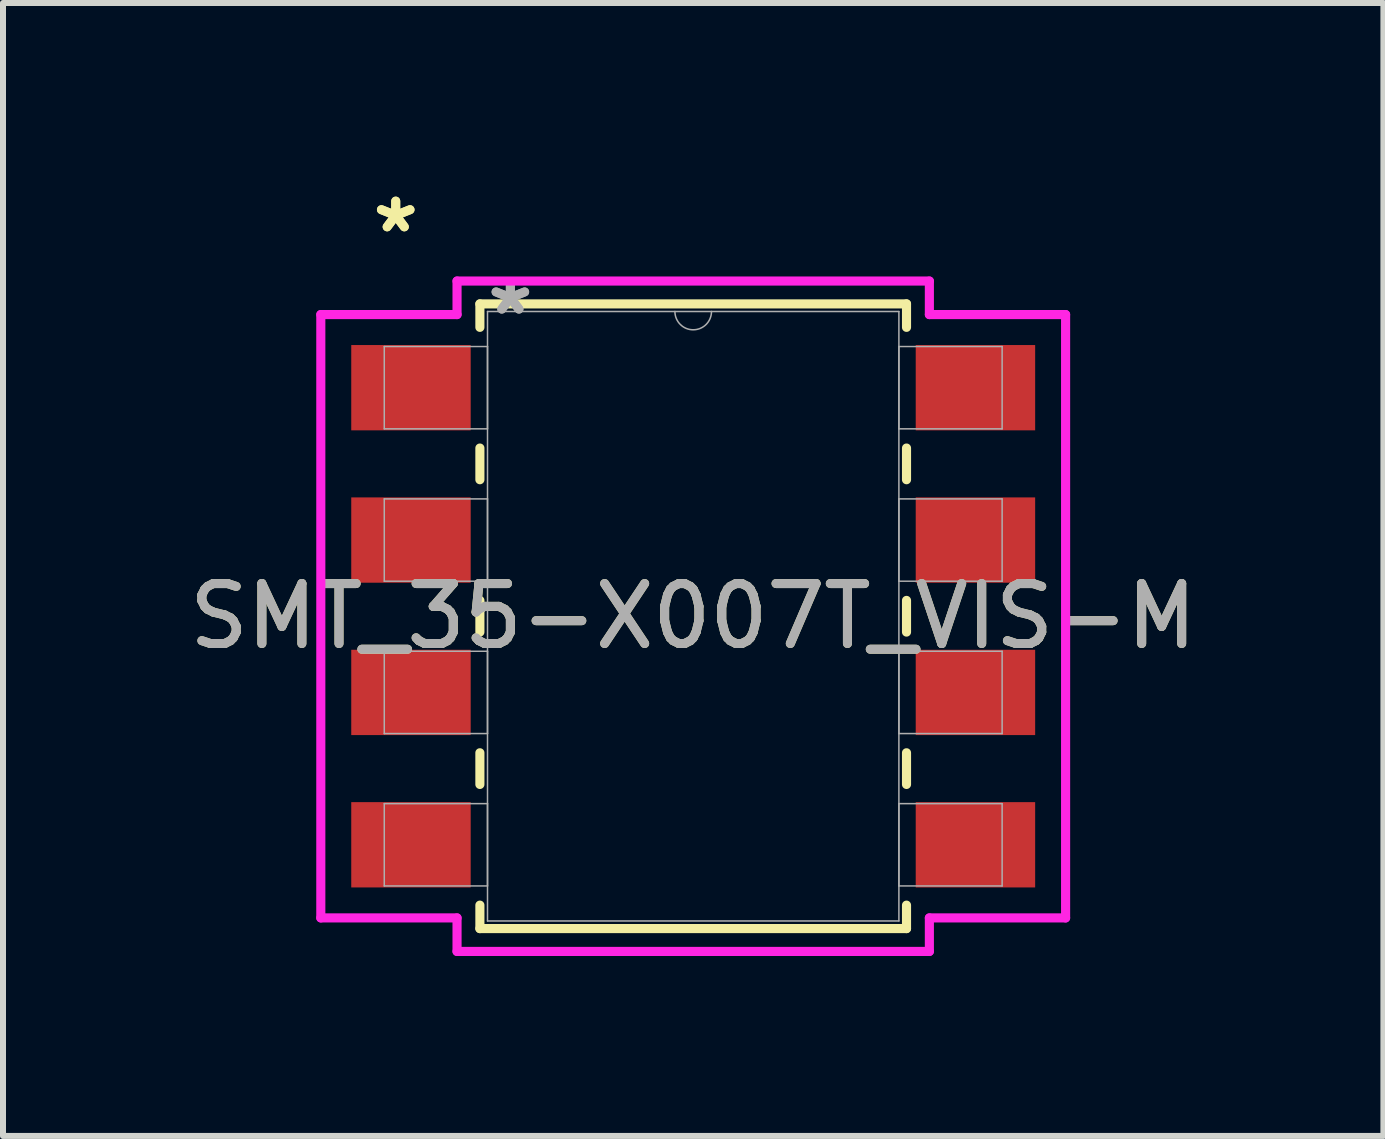
<source format=kicad_pcb>
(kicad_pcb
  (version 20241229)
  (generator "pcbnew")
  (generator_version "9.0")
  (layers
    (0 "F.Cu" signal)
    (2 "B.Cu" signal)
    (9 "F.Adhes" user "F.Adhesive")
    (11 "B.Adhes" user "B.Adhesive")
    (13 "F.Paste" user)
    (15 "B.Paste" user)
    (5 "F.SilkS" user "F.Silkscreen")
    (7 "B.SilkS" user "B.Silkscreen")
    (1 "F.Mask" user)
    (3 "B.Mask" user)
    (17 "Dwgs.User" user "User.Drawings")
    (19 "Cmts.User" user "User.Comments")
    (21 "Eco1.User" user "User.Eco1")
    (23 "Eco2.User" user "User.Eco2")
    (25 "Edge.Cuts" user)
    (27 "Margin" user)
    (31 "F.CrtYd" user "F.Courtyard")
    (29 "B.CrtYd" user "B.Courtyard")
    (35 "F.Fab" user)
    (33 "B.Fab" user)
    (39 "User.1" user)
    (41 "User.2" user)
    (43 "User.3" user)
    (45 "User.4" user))
  (footprint "SMT_35-X007T_VIS-M"
    (layer "F.Cu")
    (at 8.506 7.223)
    (property "Reference" "SMT_35-X007T_VIS-M" (at 0 0 0) (unlocked yes) (layer "F.SilkS") (effects (font (size 1 1) (thickness 0.15))))
    (attr smd)
    (fp_line (start -3.556 -5.207) (end -3.556 -4.816) (stroke (width 0.152) (type solid)) (layer "F.SilkS"))
    (fp_line (start -3.556 -2.804) (end -3.556 -2.276) (stroke (width 0.152) (type solid)) (layer "F.SilkS"))
    (fp_line (start -3.556 -0.264) (end -3.556 0.264) (stroke (width 0.152) (type solid)) (layer "F.SilkS"))
    (fp_line (start -3.556 2.276) (end -3.556 2.804) (stroke (width 0.152) (type solid)) (layer "F.SilkS"))
    (fp_line (start -3.556 4.816) (end -3.556 5.207) (stroke (width 0.152) (type solid)) (layer "F.SilkS"))
    (fp_line (start -3.556 5.207) (end 3.556 5.207) (stroke (width 0.152) (type solid)) (layer "F.SilkS"))
    (fp_line (start 3.556 -5.207) (end -3.556 -5.207) (stroke (width 0.152) (type solid)) (layer "F.SilkS"))
    (fp_line (start 3.556 -4.816) (end 3.556 -5.207) (stroke (width 0.152) (type solid)) (layer "F.SilkS"))
    (fp_line (start 3.556 -2.276) (end 3.556 -2.804) (stroke (width 0.152) (type solid)) (layer "F.SilkS"))
    (fp_line (start 3.556 0.264) (end 3.556 -0.264) (stroke (width 0.152) (type solid)) (layer "F.SilkS"))
    (fp_line (start 3.556 2.804) (end 3.556 2.276) (stroke (width 0.152) (type solid)) (layer "F.SilkS"))
    (fp_line (start 3.556 5.207) (end 3.556 4.816) (stroke (width 0.152) (type solid)) (layer "F.SilkS"))
    (fp_line (start -6.208 -5.029) (end -3.937 -5.029) (stroke (width 0.152) (type solid)) (layer "F.CrtYd"))
    (fp_line (start -6.208 5.029) (end -6.208 -5.029) (stroke (width 0.152) (type solid)) (layer "F.CrtYd"))
    (fp_line (start -6.208 5.029) (end -3.937 5.029) (stroke (width 0.152) (type solid)) (layer "F.CrtYd"))
    (fp_line (start -3.937 -5.588) (end 3.937 -5.588) (stroke (width 0.152) (type solid)) (layer "F.CrtYd"))
    (fp_line (start -3.937 -5.029) (end -3.937 -5.588) (stroke (width 0.152) (type solid)) (layer "F.CrtYd"))
    (fp_line (start -3.937 5.588) (end -3.937 5.029) (stroke (width 0.152) (type solid)) (layer "F.CrtYd"))
    (fp_line (start 3.937 -5.588) (end 3.937 -5.029) (stroke (width 0.152) (type solid)) (layer "F.CrtYd"))
    (fp_line (start 3.937 5.029) (end 3.937 5.588) (stroke (width 0.152) (type solid)) (layer "F.CrtYd"))
    (fp_line (start 3.937 5.588) (end -3.937 5.588) (stroke (width 0.152) (type solid)) (layer "F.CrtYd"))
    (fp_line (start 6.208 -5.029) (end 3.937 -5.029) (stroke (width 0.152) (type solid)) (layer "F.CrtYd"))
    (fp_line (start 6.208 -5.029) (end 6.208 5.029) (stroke (width 0.152) (type solid)) (layer "F.CrtYd"))
    (fp_line (start 6.208 5.029) (end 3.937 5.029) (stroke (width 0.152) (type solid)) (layer "F.CrtYd"))
    (fp_line (start -5.15 -4.496) (end -5.15 -3.124) (stroke (width 0.025) (type solid)) (layer "F.Fab"))
    (fp_line (start -5.15 -3.124) (end -3.429 -3.124) (stroke (width 0.025) (type solid)) (layer "F.Fab"))
    (fp_line (start -5.15 -1.956) (end -5.15 -0.584) (stroke (width 0.025) (type solid)) (layer "F.Fab"))
    (fp_line (start -5.15 -0.584) (end -3.429 -0.584) (stroke (width 0.025) (type solid)) (layer "F.Fab"))
    (fp_line (start -5.15 0.584) (end -5.15 1.956) (stroke (width 0.025) (type solid)) (layer "F.Fab"))
    (fp_line (start -5.15 1.956) (end -3.429 1.956) (stroke (width 0.025) (type solid)) (layer "F.Fab"))
    (fp_line (start -5.15 3.124) (end -5.15 4.496) (stroke (width 0.025) (type solid)) (layer "F.Fab"))
    (fp_line (start -5.15 4.496) (end -3.429 4.496) (stroke (width 0.025) (type solid)) (layer "F.Fab"))
    (fp_line (start -3.429 -5.08) (end -3.429 5.08) (stroke (width 0.025) (type solid)) (layer "F.Fab"))
    (fp_line (start -3.429 -4.496) (end -5.15 -4.496) (stroke (width 0.025) (type solid)) (layer "F.Fab"))
    (fp_line (start -3.429 -3.124) (end -3.429 -4.496) (stroke (width 0.025) (type solid)) (layer "F.Fab"))
    (fp_line (start -3.429 -1.956) (end -5.15 -1.956) (stroke (width 0.025) (type solid)) (layer "F.Fab"))
    (fp_line (start -3.429 -0.584) (end -3.429 -1.956) (stroke (width 0.025) (type solid)) (layer "F.Fab"))
    (fp_line (start -3.429 0.584) (end -5.15 0.584) (stroke (width 0.025) (type solid)) (layer "F.Fab"))
    (fp_line (start -3.429 1.956) (end -3.429 0.584) (stroke (width 0.025) (type solid)) (layer "F.Fab"))
    (fp_line (start -3.429 3.124) (end -5.15 3.124) (stroke (width 0.025) (type solid)) (layer "F.Fab"))
    (fp_line (start -3.429 4.496) (end -3.429 3.124) (stroke (width 0.025) (type solid)) (layer "F.Fab"))
    (fp_line (start -3.429 5.08) (end 3.429 5.08) (stroke (width 0.025) (type solid)) (layer "F.Fab"))
    (fp_line (start 3.429 -5.08) (end -3.429 -5.08) (stroke (width 0.025) (type solid)) (layer "F.Fab"))
    (fp_line (start 3.429 -4.496) (end 3.429 -3.124) (stroke (width 0.025) (type solid)) (layer "F.Fab"))
    (fp_line (start 3.429 -3.124) (end 5.15 -3.124) (stroke (width 0.025) (type solid)) (layer "F.Fab"))
    (fp_line (start 3.429 -1.956) (end 3.429 -0.584) (stroke (width 0.025) (type solid)) (layer "F.Fab"))
    (fp_line (start 3.429 -0.584) (end 5.15 -0.584) (stroke (width 0.025) (type solid)) (layer "F.Fab"))
    (fp_line (start 3.429 0.584) (end 3.429 1.956) (stroke (width 0.025) (type solid)) (layer "F.Fab"))
    (fp_line (start 3.429 1.956) (end 5.15 1.956) (stroke (width 0.025) (type solid)) (layer "F.Fab"))
    (fp_line (start 3.429 3.124) (end 3.429 4.496) (stroke (width 0.025) (type solid)) (layer "F.Fab"))
    (fp_line (start 3.429 4.496) (end 5.15 4.496) (stroke (width 0.025) (type solid)) (layer "F.Fab"))
    (fp_line (start 3.429 5.08) (end 3.429 -5.08) (stroke (width 0.025) (type solid)) (layer "F.Fab"))
    (fp_line (start 5.15 -4.496) (end 3.429 -4.496) (stroke (width 0.025) (type solid)) (layer "F.Fab"))
    (fp_line (start 5.15 -3.124) (end 5.15 -4.496) (stroke (width 0.025) (type solid)) (layer "F.Fab"))
    (fp_line (start 5.15 -1.956) (end 3.429 -1.956) (stroke (width 0.025) (type solid)) (layer "F.Fab"))
    (fp_line (start 5.15 -0.584) (end 5.15 -1.956) (stroke (width 0.025) (type solid)) (layer "F.Fab"))
    (fp_line (start 5.15 0.584) (end 3.429 0.584) (stroke (width 0.025) (type solid)) (layer "F.Fab"))
    (fp_line (start 5.15 1.956) (end 5.15 0.584) (stroke (width 0.025) (type solid)) (layer "F.Fab"))
    (fp_line (start 5.15 3.124) (end 3.429 3.124) (stroke (width 0.025) (type solid)) (layer "F.Fab"))
    (fp_line (start 5.15 4.496) (end 5.15 3.124) (stroke (width 0.025) (type solid)) (layer "F.Fab"))
    (fp_arc (start 0.3048 -5.08) (mid 0 -4.7752) (end -0.3048 -5.08) (stroke (width 0.0254) (type solid)) (layer "F.Fab"))
    (fp_text user "*" (at -4.959 -6.375 0) (unlocked yes) (layer "F.SilkS") (effects (font (size 1 1) (thickness 0.15))))
    (fp_text user "*" (at -4.959 -6.375 0) (layer "F.SilkS") (effects (font (size 1 1) (thickness 0.15))))
    (fp_text user "*" (at -3.048 -5.004 0) (unlocked yes) (layer "F.Fab") (effects (font (size 1 1) (thickness 0.15))))
    (fp_text user "${REFERENCE}" (at 0 0 0) (unlocked yes) (layer "F.Fab") (effects (font (size 1 1) (thickness 0.15))))
    (fp_text user "*" (at -3.048 -5.004 0) (layer "F.Fab") (effects (font (size 1 1) (thickness 0.15))))
    (pad "1" smd rect (at -4.705 -3.81) (size 1.991 1.422) (layers "F.Cu" "F.Mask" "F.Paste"))
    (pad "2" smd rect (at -4.705 -1.27) (size 1.991 1.422) (layers "F.Cu" "F.Mask" "F.Paste"))
    (pad "3" smd rect (at -4.705 1.27) (size 1.991 1.422) (layers "F.Cu" "F.Mask" "F.Paste"))
    (pad "4" smd rect (at -4.705 3.81) (size 1.991 1.422) (layers "F.Cu" "F.Mask" "F.Paste"))
    (pad "5" smd rect (at 4.705 3.81) (size 1.991 1.422) (layers "F.Cu" "F.Mask" "F.Paste"))
    (pad "6" smd rect (at 4.705 1.27) (size 1.991 1.422) (layers "F.Cu" "F.Mask" "F.Paste"))
    (pad "7" smd rect (at 4.705 -1.27) (size 1.991 1.422) (layers "F.Cu" "F.Mask" "F.Paste"))
    (pad "8" smd rect (at 4.705 -3.81) (size 1.991 1.422) (layers "F.Cu" "F.Mask" "F.Paste")))
  (gr_rect
    (start -3 -3)
    (end 20.012 15.887)
    (stroke (width 0.1) (type default))
    (fill no)
    (layer "Edge.Cuts")))
</source>
